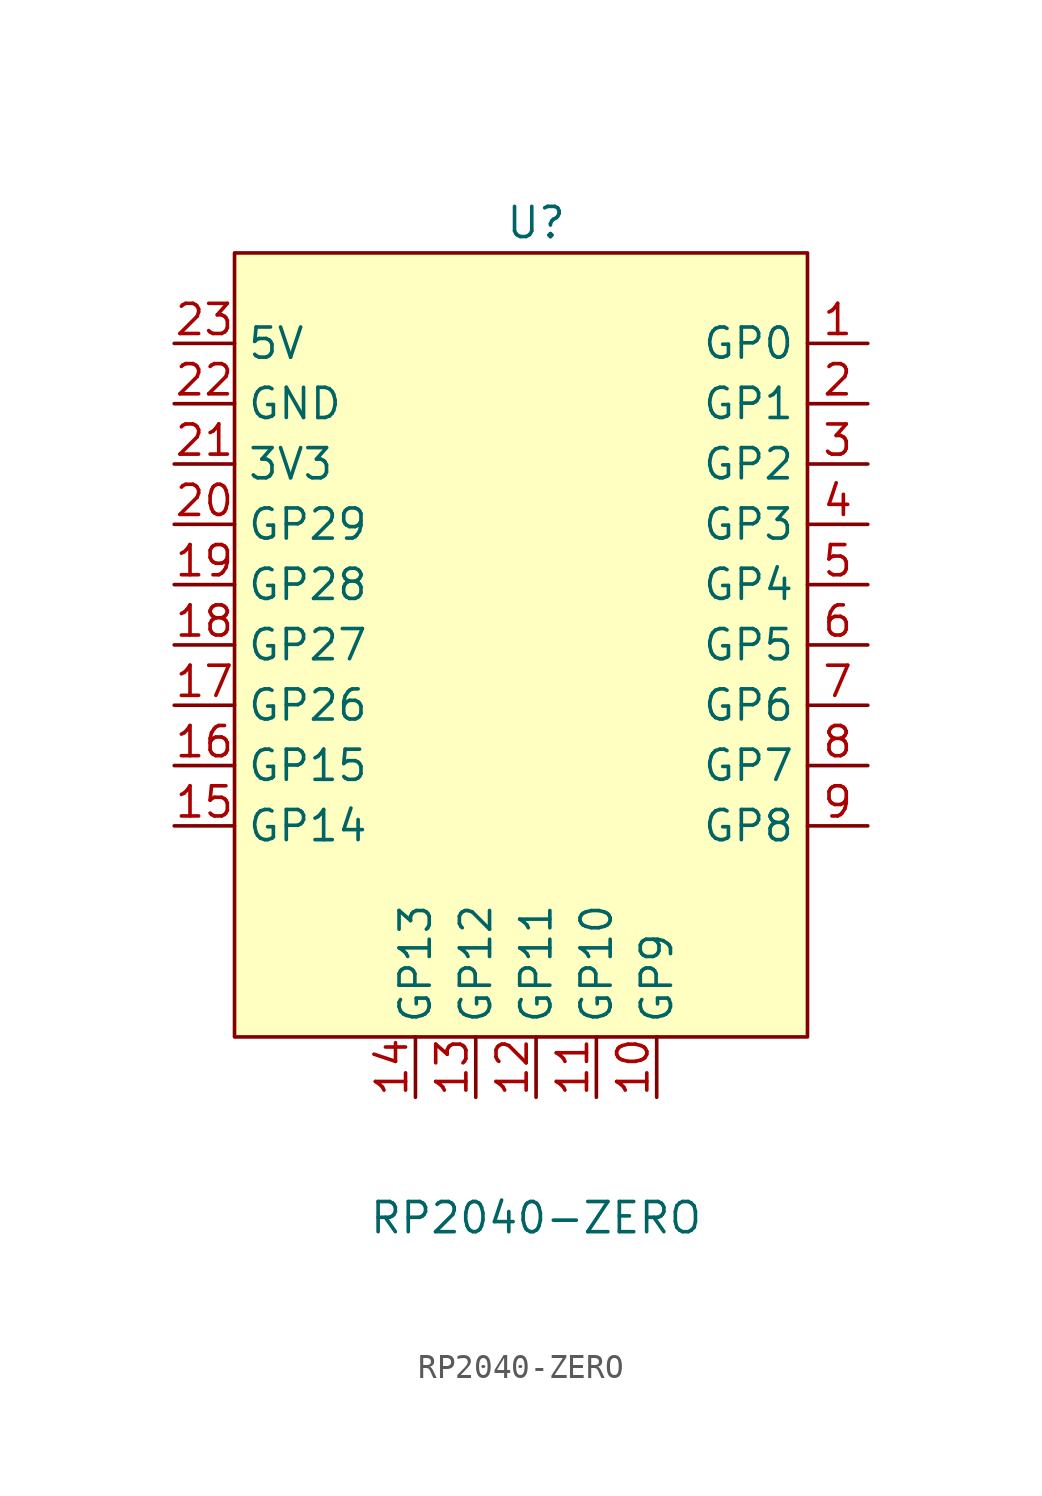
<source format=kicad_sym>
(kicad_symbol_lib
  (version 20211014)
  (generator https://github.com/uPesy/easyeda2kicad.py)
  (symbol "RP2040-ZERO"
    (property "Reference" "U"
      (at 0 19.05 0)
      (effects (font (size 1.27 1.27))))
    (property "Value" "RP2040-ZERO"
      (at 0 -22.86 0)
      (effects (font (size 1.27 1.27))))
    (symbol "RP2040-ZERO_0_1"
      (rectangle (start -12.70 17.78) (end 11.43 -15.24) (stroke (width 0) (type default) (color 0 0 0 0)) (fill (type background)))
      (pin unspecified line (at 13.97 13.97 180) (length 2.54) (name "GP0" (effects (font (size 1.27 1.27)))) (number "1" (effects (font (size 1.27 1.27)))))
      (pin unspecified line (at 13.97 11.43 180) (length 2.54) (name "GP1" (effects (font (size 1.27 1.27)))) (number "2" (effects (font (size 1.27 1.27)))))
      (pin unspecified line (at 13.97 8.89 180) (length 2.54) (name "GP2" (effects (font (size 1.27 1.27)))) (number "3" (effects (font (size 1.27 1.27)))))
      (pin unspecified line (at 13.97 6.35 180) (length 2.54) (name "GP3" (effects (font (size 1.27 1.27)))) (number "4" (effects (font (size 1.27 1.27)))))
      (pin unspecified line (at 13.97 3.81 180) (length 2.54) (name "GP4" (effects (font (size 1.27 1.27)))) (number "5" (effects (font (size 1.27 1.27)))))
      (pin unspecified line (at 13.97 1.27 180) (length 2.54) (name "GP5" (effects (font (size 1.27 1.27)))) (number "6" (effects (font (size 1.27 1.27)))))
      (pin unspecified line (at 13.97 -1.27 180) (length 2.54) (name "GP6" (effects (font (size 1.27 1.27)))) (number "7" (effects (font (size 1.27 1.27)))))
      (pin unspecified line (at 13.97 -3.81 180) (length 2.54) (name "GP7" (effects (font (size 1.27 1.27)))) (number "8" (effects (font (size 1.27 1.27)))))
      (pin unspecified line (at 13.97 -6.35 180) (length 2.54) (name "GP8" (effects (font (size 1.27 1.27)))) (number "9" (effects (font (size 1.27 1.27)))))
      (pin unspecified line (at 5.08 -17.78 90) (length 2.54) (name "GP9" (effects (font (size 1.27 1.27)))) (number "10" (effects (font (size 1.27 1.27)))))
      (pin unspecified line (at 2.54 -17.78 90) (length 2.54) (name "GP10" (effects (font (size 1.27 1.27)))) (number "11" (effects (font (size 1.27 1.27)))))
      (pin unspecified line (at 0.00 -17.78 90) (length 2.54) (name "GP11" (effects (font (size 1.27 1.27)))) (number "12" (effects (font (size 1.27 1.27)))))
      (pin unspecified line (at -15.24 -6.35 0) (length 2.54) (name "GP14" (effects (font (size 1.27 1.27)))) (number "15" (effects (font (size 1.27 1.27)))))
      (pin unspecified line (at -15.24 -3.81 0) (length 2.54) (name "GP15" (effects (font (size 1.27 1.27)))) (number "16" (effects (font (size 1.27 1.27)))))
      (pin unspecified line (at -15.24 -1.27 0) (length 2.54) (name "GP26" (effects (font (size 1.27 1.27)))) (number "17" (effects (font (size 1.27 1.27)))))
      (pin unspecified line (at -15.24 1.27 0) (length 2.54) (name "GP27" (effects (font (size 1.27 1.27)))) (number "18" (effects (font (size 1.27 1.27)))))
      (pin unspecified line (at -15.24 3.81 0) (length 2.54) (name "GP28" (effects (font (size 1.27 1.27)))) (number "19" (effects (font (size 1.27 1.27)))))
      (pin unspecified line (at -15.24 6.35 0) (length 2.54) (name "GP29" (effects (font (size 1.27 1.27)))) (number "20" (effects (font (size 1.27 1.27)))))
      (pin unspecified line (at -15.24 8.89 0) (length 2.54) (name "3V3" (effects (font (size 1.27 1.27)))) (number "21" (effects (font (size 1.27 1.27)))))
      (pin unspecified line (at -15.24 11.43 0) (length 2.54) (name "GND" (effects (font (size 1.27 1.27)))) (number "22" (effects (font (size 1.27 1.27)))))
      (pin unspecified line (at -15.24 13.97 0) (length 2.54) (name "5V" (effects (font (size 1.27 1.27)))) (number "23" (effects (font (size 1.27 1.27)))))
      (pin unspecified line (at -2.54 -17.78 90) (length 2.54) (name "GP12" (effects (font (size 1.27 1.27)))) (number "13" (effects (font (size 1.27 1.27)))))
      (pin unspecified line (at -5.08 -17.78 90) (length 2.54) (name "GP13" (effects (font (size 1.27 1.27)))) (number "14" (effects (font (size 1.27 1.27))))))))
</source>
